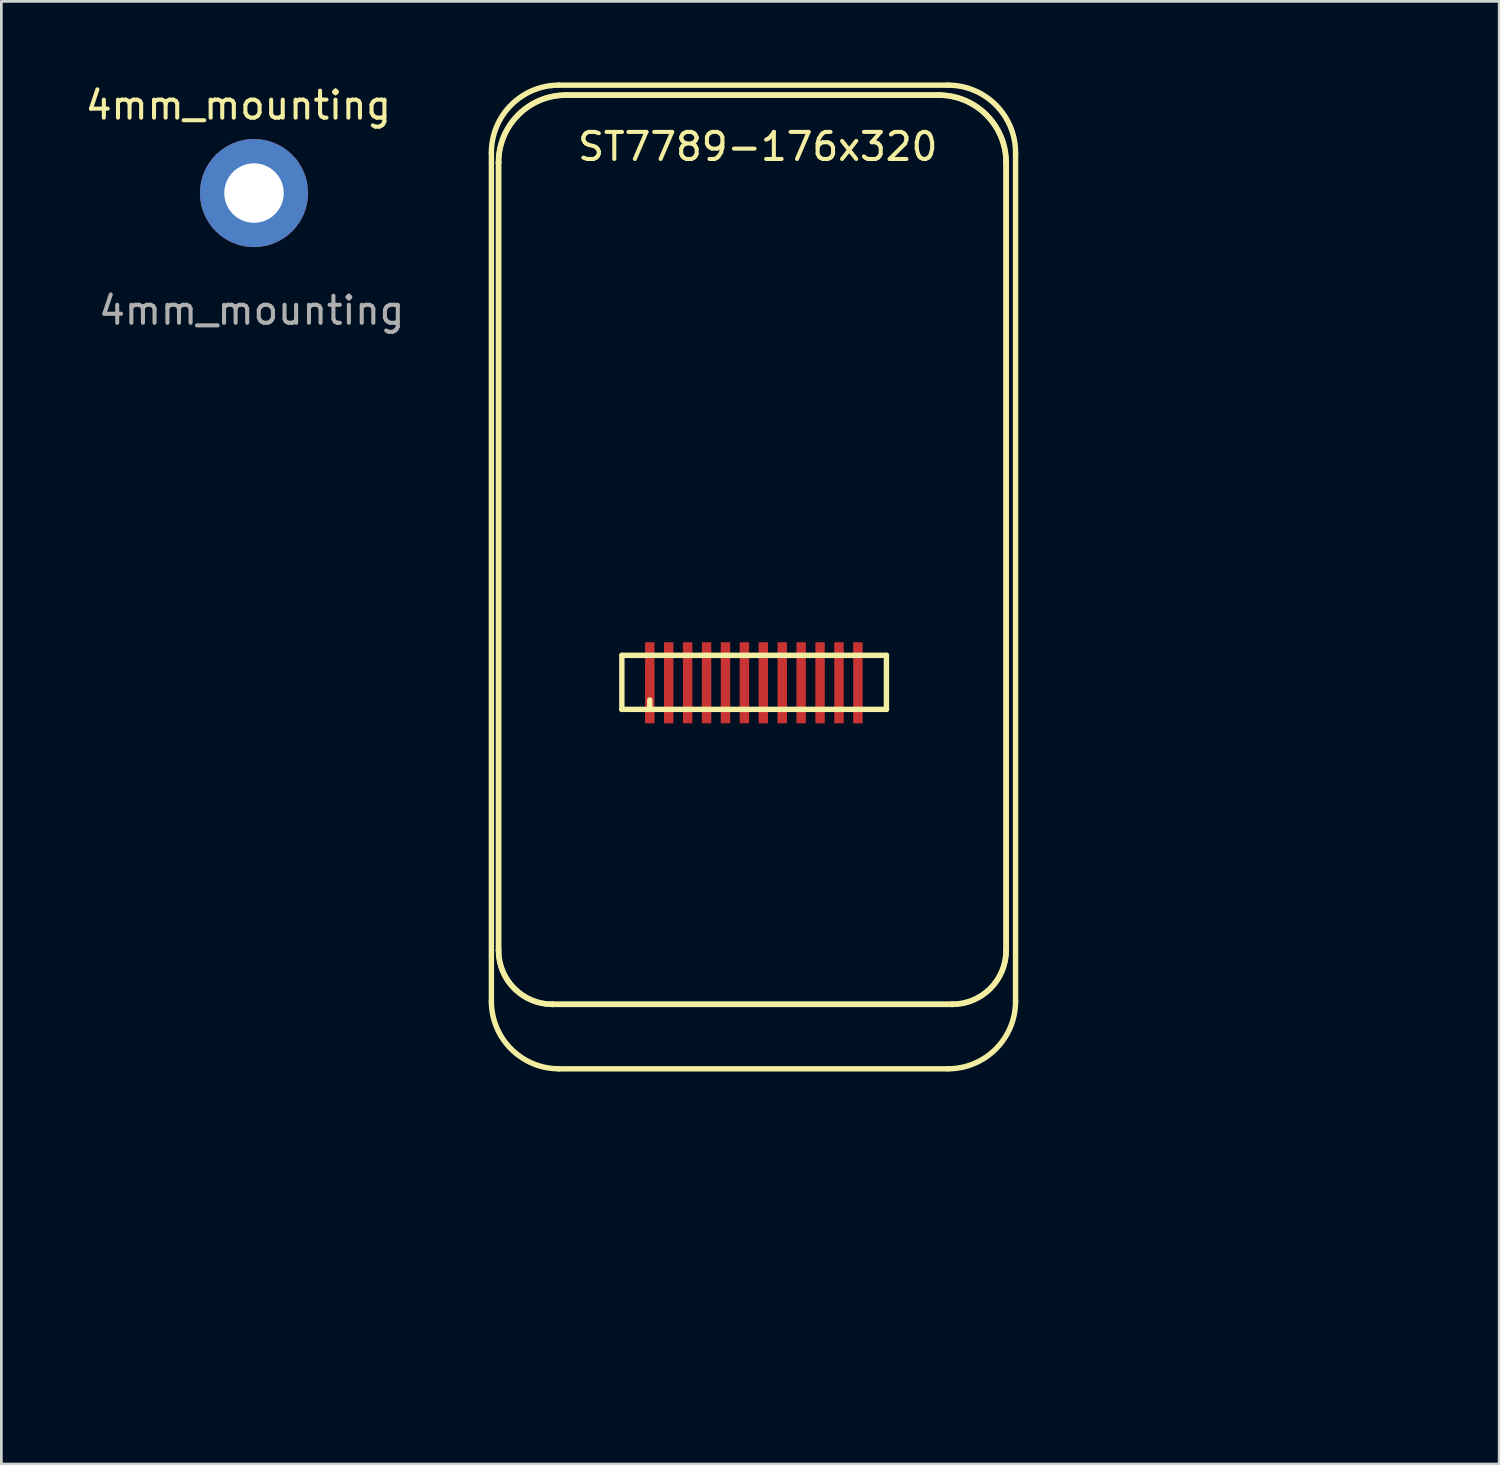
<source format=kicad_pcb>
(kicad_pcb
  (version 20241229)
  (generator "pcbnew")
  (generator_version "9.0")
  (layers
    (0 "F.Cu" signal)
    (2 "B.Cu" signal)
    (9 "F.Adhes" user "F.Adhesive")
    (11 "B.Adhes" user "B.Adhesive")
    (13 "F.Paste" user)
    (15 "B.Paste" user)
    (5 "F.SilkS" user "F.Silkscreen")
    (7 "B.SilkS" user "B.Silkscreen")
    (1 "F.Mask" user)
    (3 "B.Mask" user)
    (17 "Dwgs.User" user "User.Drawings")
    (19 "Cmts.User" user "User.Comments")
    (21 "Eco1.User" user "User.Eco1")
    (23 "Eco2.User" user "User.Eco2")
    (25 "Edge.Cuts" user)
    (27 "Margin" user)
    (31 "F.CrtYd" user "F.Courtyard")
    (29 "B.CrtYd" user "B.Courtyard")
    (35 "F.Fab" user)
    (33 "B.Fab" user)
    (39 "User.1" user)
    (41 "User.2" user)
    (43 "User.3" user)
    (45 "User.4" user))
  (footprint "4mm_mounting"
    (layer "F.Cu")
    (at 6.348 4.093)
    (property "Reference" "4mm_mounting" (at -0.58 -3.245 0) (unlocked yes) (layer "F.SilkS") (effects (font (size 1 1) (thickness 0.15))))
    (attr through_hole)
    (fp_text user "${REFERENCE}" (at -0.085 4.345 0) (unlocked yes) (layer "F.Fab") (effects (font (size 1 1) (thickness 0.15))))
    (pad "" thru_hole circle (at 0 0) (size 4 4) (drill 2.2) (layers "*.Cu" "*.Mask")))
  (footprint "ST7789-176x320"
    (layer "F.Cu")
    (at 49.168 47.867)
    (property "Reference" "ST7789-176x320" (at -24.181 -45.491 180) (layer "F.SilkS") (effects (font (size 1 1) (thickness 0.15))))
    (attr through_hole)
    (fp_line (start -34.037 -45.267) (end -34.037 -13.872) (stroke (width 0.2) (type solid)) (layer "F.SilkS"))
    (fp_line (start -33.777 -44.904) (end -33.767 -44.904) (stroke (width 0.2) (type solid)) (layer "F.SilkS"))
    (fp_line (start -33.777 -15.754) (end -33.777 -44.904) (stroke (width 0.2) (type solid)) (layer "F.SilkS"))
    (fp_line (start -33.767 -44.904) (end -33.767 -15.754) (stroke (width 0.2) (type solid)) (layer "F.SilkS"))
    (fp_line (start -33.767 -15.754) (end -33.777 -15.754) (stroke (width 0.2) (type solid)) (layer "F.SilkS"))
    (fp_line (start -31.777 -13.764) (end -31.777 -13.754) (stroke (width 0.2) (type solid)) (layer "F.SilkS"))
    (fp_line (start -31.777 -13.764) (end -16.987 -13.764) (stroke (width 0.2) (type solid)) (layer "F.SilkS"))
    (fp_line (start -31.537 -11.372) (end -17.143 -11.372) (stroke (width 0.2) (type solid)) (layer "F.SilkS"))
    (fp_line (start -31.277 -47.404) (end -31.277 -47.394) (stroke (width 0.2) (type solid)) (layer "F.SilkS"))
    (fp_line (start -31.277 -47.404) (end -17.487 -47.404) (stroke (width 0.2) (type solid)) (layer "F.SilkS"))
    (fp_line (start -29.21 -26.67) (end -29.21 -24.67) (stroke (width 0.2) (type solid)) (layer "F.SilkS"))
    (fp_line (start -29.21 -26.67) (end -19.421 -26.67) (stroke (width 0.2) (type solid)) (layer "F.SilkS"))
    (fp_line (start -29.21 -24.67) (end -19.421 -24.67) (stroke (width 0.2) (type solid)) (layer "F.SilkS"))
    (fp_line (start -28.177 -24.67) (end -28.177 -25.018) (stroke (width 0.2) (type solid)) (layer "F.SilkS"))
    (fp_line (start -19.421 -26.67) (end -19.421 -24.67) (stroke (width 0.2) (type solid)) (layer "F.SilkS"))
    (fp_line (start -17.487 -47.404) (end -17.487 -47.394) (stroke (width 0.2) (type solid)) (layer "F.SilkS"))
    (fp_line (start -17.487 -47.394) (end -31.277 -47.394) (stroke (width 0.2) (type solid)) (layer "F.SilkS"))
    (fp_line (start -17.143 -47.767) (end -31.537 -47.767) (stroke (width 0.2) (type solid)) (layer "F.SilkS"))
    (fp_line (start -16.987 -13.764) (end -16.987 -13.754) (stroke (width 0.2) (type solid)) (layer "F.SilkS"))
    (fp_line (start -16.987 -13.754) (end -31.777 -13.754) (stroke (width 0.2) (type solid)) (layer "F.SilkS"))
    (fp_line (start -14.997 -15.754) (end -14.997 -44.904) (stroke (width 0.2) (type solid)) (layer "F.SilkS"))
    (fp_line (start -14.997 -15.754) (end -14.987 -15.754) (stroke (width 0.2) (type solid)) (layer "F.SilkS"))
    (fp_line (start -14.987 -44.904) (end -14.997 -44.904) (stroke (width 0.2) (type solid)) (layer "F.SilkS"))
    (fp_line (start -14.987 -44.904) (end -14.987 -15.754) (stroke (width 0.2) (type solid)) (layer "F.SilkS"))
    (fp_line (start -14.643 -13.872) (end -14.643 -45.267) (stroke (width 0.2) (type solid)) (layer "F.SilkS"))
    (fp_arc (start -34.037171 -45.266898) (mid -33.304938 -47.034665) (end -31.537171 -47.766898) (stroke (width 0.2) (type solid)) (layer "F.SilkS"))
    (fp_arc (start -33.777395 -44.903545) (mid -33.045162 -46.671311) (end -31.277396 -47.403544) (stroke (width 0.2) (type solid)) (layer "F.SilkS"))
    (fp_arc (start -33.767395 -44.903545) (mid -33.038091 -46.66424) (end -31.277396 -47.393544) (stroke (width 0.2) (type solid)) (layer "F.SilkS"))
    (fp_arc (start -31.777396 -13.763545) (mid -33.184538 -14.346403) (end -33.767396 -15.753545) (stroke (width 0.2) (type solid)) (layer "F.SilkS"))
    (fp_arc (start -31.777396 -13.753545) (mid -33.19161 -14.339331) (end -33.777396 -15.753545) (stroke (width 0.2) (type solid)) (layer "F.SilkS"))
    (fp_arc (start -31.537171 -11.372368) (mid -33.304938 -12.104601) (end -34.037171 -13.872368) (stroke (width 0.2) (type solid)) (layer "F.SilkS"))
    (fp_arc (start -17.487396 -47.403545) (mid -15.719629 -46.671312) (end -14.987396 -44.903545) (stroke (width 0.2) (type solid)) (layer "F.SilkS"))
    (fp_arc (start -17.487396 -47.393545) (mid -15.7267 -46.664241) (end -14.997396 -44.903545) (stroke (width 0.2) (type solid)) (layer "F.SilkS"))
    (fp_arc (start -17.142587 -47.766898) (mid -15.37482 -47.034665) (end -14.642587 -45.266898) (stroke (width 0.2) (type solid)) (layer "F.SilkS"))
    (fp_arc (start -14.997396 -15.753545) (mid -15.580254 -14.346403) (end -16.987396 -13.763545) (stroke (width 0.2) (type solid)) (layer "F.SilkS"))
    (fp_arc (start -14.987396 -15.753545) (mid -15.573182 -14.339331) (end -16.987396 -13.753545) (stroke (width 0.2) (type solid)) (layer "F.SilkS"))
    (fp_arc (start -14.642587 -13.872368) (mid -15.37482 -12.104601) (end -17.142587 -11.372368) (stroke (width 0.2) (type solid)) (layer "F.SilkS"))
    (pad "1" smd rect (at -20.476 -25.654 180) (size 0.35 3) (layers "F.Cu" "F.Mask" "F.Paste"))
    (pad "2" smd rect (at -21.176 -25.654 180) (size 0.35 3) (layers "F.Cu" "F.Mask" "F.Paste"))
    (pad "3" smd rect (at -21.876 -25.654 180) (size 0.35 3) (layers "F.Cu" "F.Mask" "F.Paste"))
    (pad "4" smd rect (at -22.576 -25.654 180) (size 0.35 3) (layers "F.Cu" "F.Mask" "F.Paste"))
    (pad "5" smd rect (at -23.276 -25.654 180) (size 0.35 3) (layers "F.Cu" "F.Mask" "F.Paste"))
    (pad "6" smd rect (at -23.976 -25.654 180) (size 0.35 3) (layers "F.Cu" "F.Mask" "F.Paste"))
    (pad "7" smd rect (at -24.676 -25.654 180) (size 0.35 3) (layers "F.Cu" "F.Mask" "F.Paste"))
    (pad "8" smd rect (at -25.376 -25.654 180) (size 0.35 3) (layers "F.Cu" "F.Mask" "F.Paste"))
    (pad "9" smd rect (at -26.076 -25.654 180) (size 0.35 3) (layers "F.Cu" "F.Mask" "F.Paste"))
    (pad "10" smd rect (at -26.776 -25.654 180) (size 0.35 3) (layers "F.Cu" "F.Mask" "F.Paste"))
    (pad "11" smd rect (at -27.476 -25.654 180) (size 0.35 3) (layers "F.Cu" "F.Mask" "F.Paste"))
    (pad "12" smd rect (at -28.176 -25.654 180) (size 0.35 3) (layers "F.Cu" "F.Mask" "F.Paste")))
  (gr_rect
    (start -3 -3)
    (end 52.418 51.117)
    (stroke (width 0.1) (type default))
    (fill no)
    (layer "Edge.Cuts")))
</source>
